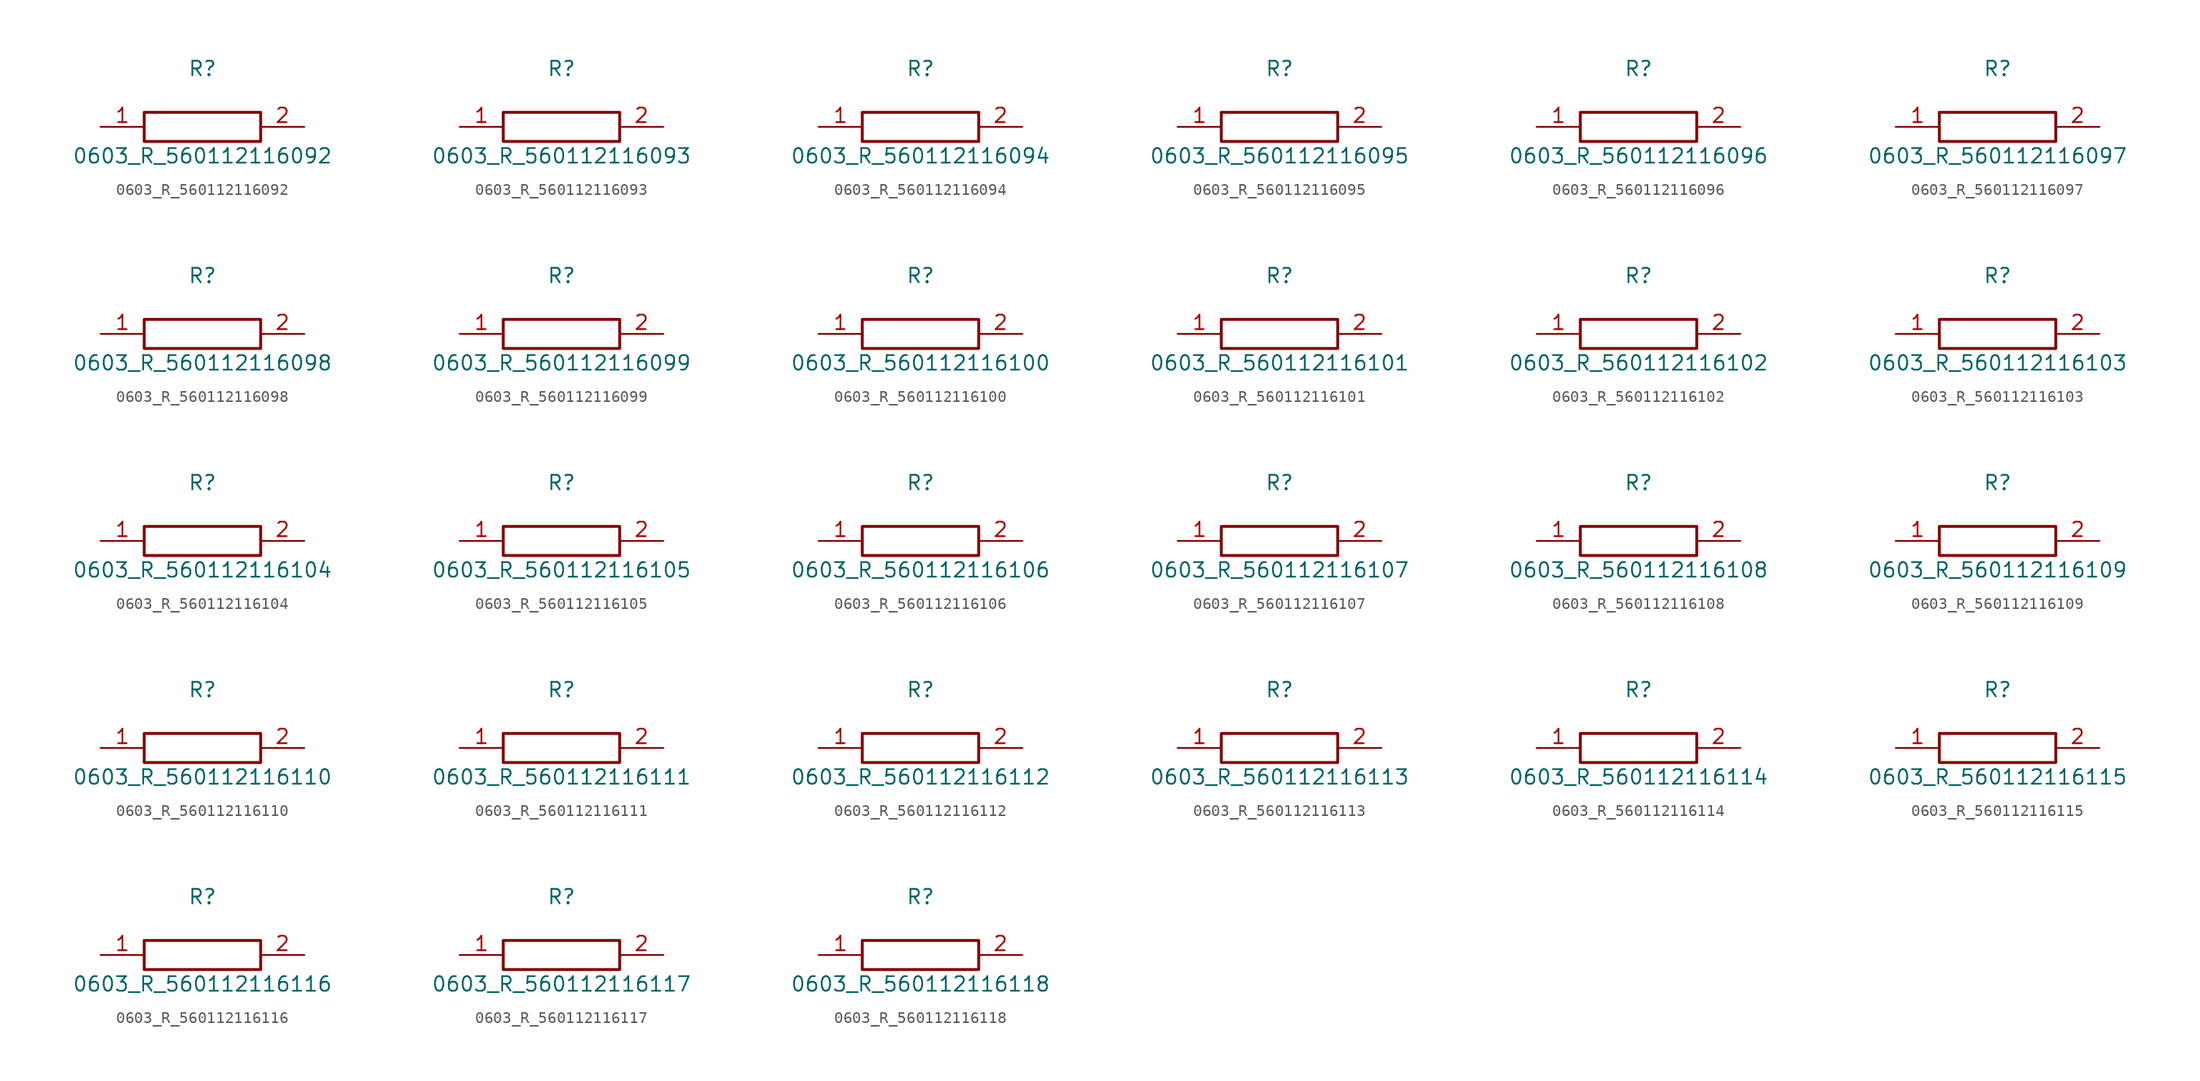
<source format=kicad_sym>
(kicad_symbol_lib
  (version 20211014)
  (generator kicad_symbol_editor)
  (symbol "Resistor_Wurth_WRIS-RSKS:0603_R_560112116092"
    (pin_names hide)
    (property "Reference" "R"
      (at 0 5.08 0)
      (effects (font (size 1.27 1.27))))
    (property "Value" "0603_R_560112116092"
      (at 0 -2.54 0)
      (effects (font (size 1.27 1.27))))
    (symbol "0603_R_560112116092_0_1"
      (rectangle (start -5.08 1.27) (end 5.08 -1.27) (stroke (width 0.254) (type solid)) (fill (type none)))
      (pin passive line (at -8.89 0 0) (length 3.81) (name "1" (effects (font (size 1.27 1.27)))) (number "1" (effects (font (size 1.27 1.27)))))
      (pin passive line (at 8.89 0 180) (length 3.81) (name "2" (effects (font (size 1.27 1.27)))) (number "2" (effects (font (size 1.27 1.27)))))))
  (symbol "Resistor_Wurth_WRIS-RSKS:0603_R_560112116093"
    (pin_names hide)
    (property "Reference" "R"
      (at 0 5.08 0)
      (effects (font (size 1.27 1.27))))
    (property "Value" "0603_R_560112116093"
      (at 0 -2.54 0)
      (effects (font (size 1.27 1.27))))
    (symbol "0603_R_560112116093_0_1"
      (rectangle (start -5.08 1.27) (end 5.08 -1.27) (stroke (width 0.254) (type solid)) (fill (type none)))
      (pin passive line (at -8.89 0 0) (length 3.81) (name "1" (effects (font (size 1.27 1.27)))) (number "1" (effects (font (size 1.27 1.27)))))
      (pin passive line (at 8.89 0 180) (length 3.81) (name "2" (effects (font (size 1.27 1.27)))) (number "2" (effects (font (size 1.27 1.27)))))))
  (symbol "Resistor_Wurth_WRIS-RSKS:0603_R_560112116094"
    (pin_names hide)
    (property "Reference" "R"
      (at 0 5.08 0)
      (effects (font (size 1.27 1.27))))
    (property "Value" "0603_R_560112116094"
      (at 0 -2.54 0)
      (effects (font (size 1.27 1.27))))
    (symbol "0603_R_560112116094_0_1"
      (rectangle (start -5.08 1.27) (end 5.08 -1.27) (stroke (width 0.254) (type solid)) (fill (type none)))
      (pin passive line (at -8.89 0 0) (length 3.81) (name "1" (effects (font (size 1.27 1.27)))) (number "1" (effects (font (size 1.27 1.27)))))
      (pin passive line (at 8.89 0 180) (length 3.81) (name "2" (effects (font (size 1.27 1.27)))) (number "2" (effects (font (size 1.27 1.27)))))))
  (symbol "Resistor_Wurth_WRIS-RSKS:0603_R_560112116095"
    (pin_names hide)
    (property "Reference" "R"
      (at 0 5.08 0)
      (effects (font (size 1.27 1.27))))
    (property "Value" "0603_R_560112116095"
      (at 0 -2.54 0)
      (effects (font (size 1.27 1.27))))
    (symbol "0603_R_560112116095_0_1"
      (rectangle (start -5.08 1.27) (end 5.08 -1.27) (stroke (width 0.254) (type solid)) (fill (type none)))
      (pin passive line (at -8.89 0 0) (length 3.81) (name "1" (effects (font (size 1.27 1.27)))) (number "1" (effects (font (size 1.27 1.27)))))
      (pin passive line (at 8.89 0 180) (length 3.81) (name "2" (effects (font (size 1.27 1.27)))) (number "2" (effects (font (size 1.27 1.27)))))))
  (symbol "Resistor_Wurth_WRIS-RSKS:0603_R_560112116096"
    (pin_names hide)
    (property "Reference" "R"
      (at 0 5.08 0)
      (effects (font (size 1.27 1.27))))
    (property "Value" "0603_R_560112116096"
      (at 0 -2.54 0)
      (effects (font (size 1.27 1.27))))
    (symbol "0603_R_560112116096_0_1"
      (rectangle (start -5.08 1.27) (end 5.08 -1.27) (stroke (width 0.254) (type solid)) (fill (type none)))
      (pin passive line (at -8.89 0 0) (length 3.81) (name "1" (effects (font (size 1.27 1.27)))) (number "1" (effects (font (size 1.27 1.27)))))
      (pin passive line (at 8.89 0 180) (length 3.81) (name "2" (effects (font (size 1.27 1.27)))) (number "2" (effects (font (size 1.27 1.27)))))))
  (symbol "Resistor_Wurth_WRIS-RSKS:0603_R_560112116097"
    (pin_names hide)
    (property "Reference" "R"
      (at 0 5.08 0)
      (effects (font (size 1.27 1.27))))
    (property "Value" "0603_R_560112116097"
      (at 0 -2.54 0)
      (effects (font (size 1.27 1.27))))
    (symbol "0603_R_560112116097_0_1"
      (rectangle (start -5.08 1.27) (end 5.08 -1.27) (stroke (width 0.254) (type solid)) (fill (type none)))
      (pin passive line (at -8.89 0 0) (length 3.81) (name "1" (effects (font (size 1.27 1.27)))) (number "1" (effects (font (size 1.27 1.27)))))
      (pin passive line (at 8.89 0 180) (length 3.81) (name "2" (effects (font (size 1.27 1.27)))) (number "2" (effects (font (size 1.27 1.27)))))))
  (symbol "Resistor_Wurth_WRIS-RSKS:0603_R_560112116098"
    (pin_names hide)
    (property "Reference" "R"
      (at 0 5.08 0)
      (effects (font (size 1.27 1.27))))
    (property "Value" "0603_R_560112116098"
      (at 0 -2.54 0)
      (effects (font (size 1.27 1.27))))
    (symbol "0603_R_560112116098_0_1"
      (rectangle (start -5.08 1.27) (end 5.08 -1.27) (stroke (width 0.254) (type solid)) (fill (type none)))
      (pin passive line (at -8.89 0 0) (length 3.81) (name "1" (effects (font (size 1.27 1.27)))) (number "1" (effects (font (size 1.27 1.27)))))
      (pin passive line (at 8.89 0 180) (length 3.81) (name "2" (effects (font (size 1.27 1.27)))) (number "2" (effects (font (size 1.27 1.27)))))))
  (symbol "Resistor_Wurth_WRIS-RSKS:0603_R_560112116099"
    (pin_names hide)
    (property "Reference" "R"
      (at 0 5.08 0)
      (effects (font (size 1.27 1.27))))
    (property "Value" "0603_R_560112116099"
      (at 0 -2.54 0)
      (effects (font (size 1.27 1.27))))
    (symbol "0603_R_560112116099_0_1"
      (rectangle (start -5.08 1.27) (end 5.08 -1.27) (stroke (width 0.254) (type solid)) (fill (type none)))
      (pin passive line (at -8.89 0 0) (length 3.81) (name "1" (effects (font (size 1.27 1.27)))) (number "1" (effects (font (size 1.27 1.27)))))
      (pin passive line (at 8.89 0 180) (length 3.81) (name "2" (effects (font (size 1.27 1.27)))) (number "2" (effects (font (size 1.27 1.27)))))))
  (symbol "Resistor_Wurth_WRIS-RSKS:0603_R_560112116100"
    (pin_names hide)
    (property "Reference" "R"
      (at 0 5.08 0)
      (effects (font (size 1.27 1.27))))
    (property "Value" "0603_R_560112116100"
      (at 0 -2.54 0)
      (effects (font (size 1.27 1.27))))
    (symbol "0603_R_560112116100_0_1"
      (rectangle (start -5.08 1.27) (end 5.08 -1.27) (stroke (width 0.254) (type solid)) (fill (type none)))
      (pin passive line (at -8.89 0 0) (length 3.81) (name "1" (effects (font (size 1.27 1.27)))) (number "1" (effects (font (size 1.27 1.27)))))
      (pin passive line (at 8.89 0 180) (length 3.81) (name "2" (effects (font (size 1.27 1.27)))) (number "2" (effects (font (size 1.27 1.27)))))))
  (symbol "Resistor_Wurth_WRIS-RSKS:0603_R_560112116101"
    (pin_names hide)
    (property "Reference" "R"
      (at 0 5.08 0)
      (effects (font (size 1.27 1.27))))
    (property "Value" "0603_R_560112116101"
      (at 0 -2.54 0)
      (effects (font (size 1.27 1.27))))
    (symbol "0603_R_560112116101_0_1"
      (rectangle (start -5.08 1.27) (end 5.08 -1.27) (stroke (width 0.254) (type solid)) (fill (type none)))
      (pin passive line (at -8.89 0 0) (length 3.81) (name "1" (effects (font (size 1.27 1.27)))) (number "1" (effects (font (size 1.27 1.27)))))
      (pin passive line (at 8.89 0 180) (length 3.81) (name "2" (effects (font (size 1.27 1.27)))) (number "2" (effects (font (size 1.27 1.27)))))))
  (symbol "Resistor_Wurth_WRIS-RSKS:0603_R_560112116102"
    (pin_names hide)
    (property "Reference" "R"
      (at 0 5.08 0)
      (effects (font (size 1.27 1.27))))
    (property "Value" "0603_R_560112116102"
      (at 0 -2.54 0)
      (effects (font (size 1.27 1.27))))
    (symbol "0603_R_560112116102_0_1"
      (rectangle (start -5.08 1.27) (end 5.08 -1.27) (stroke (width 0.254) (type solid)) (fill (type none)))
      (pin passive line (at -8.89 0 0) (length 3.81) (name "1" (effects (font (size 1.27 1.27)))) (number "1" (effects (font (size 1.27 1.27)))))
      (pin passive line (at 8.89 0 180) (length 3.81) (name "2" (effects (font (size 1.27 1.27)))) (number "2" (effects (font (size 1.27 1.27)))))))
  (symbol "Resistor_Wurth_WRIS-RSKS:0603_R_560112116103"
    (pin_names hide)
    (property "Reference" "R"
      (at 0 5.08 0)
      (effects (font (size 1.27 1.27))))
    (property "Value" "0603_R_560112116103"
      (at 0 -2.54 0)
      (effects (font (size 1.27 1.27))))
    (symbol "0603_R_560112116103_0_1"
      (rectangle (start -5.08 1.27) (end 5.08 -1.27) (stroke (width 0.254) (type solid)) (fill (type none)))
      (pin passive line (at -8.89 0 0) (length 3.81) (name "1" (effects (font (size 1.27 1.27)))) (number "1" (effects (font (size 1.27 1.27)))))
      (pin passive line (at 8.89 0 180) (length 3.81) (name "2" (effects (font (size 1.27 1.27)))) (number "2" (effects (font (size 1.27 1.27)))))))
  (symbol "Resistor_Wurth_WRIS-RSKS:0603_R_560112116104"
    (pin_names hide)
    (property "Reference" "R"
      (at 0 5.08 0)
      (effects (font (size 1.27 1.27))))
    (property "Value" "0603_R_560112116104"
      (at 0 -2.54 0)
      (effects (font (size 1.27 1.27))))
    (symbol "0603_R_560112116104_0_1"
      (rectangle (start -5.08 1.27) (end 5.08 -1.27) (stroke (width 0.254) (type solid)) (fill (type none)))
      (pin passive line (at -8.89 0 0) (length 3.81) (name "1" (effects (font (size 1.27 1.27)))) (number "1" (effects (font (size 1.27 1.27)))))
      (pin passive line (at 8.89 0 180) (length 3.81) (name "2" (effects (font (size 1.27 1.27)))) (number "2" (effects (font (size 1.27 1.27)))))))
  (symbol "Resistor_Wurth_WRIS-RSKS:0603_R_560112116105"
    (pin_names hide)
    (property "Reference" "R"
      (at 0 5.08 0)
      (effects (font (size 1.27 1.27))))
    (property "Value" "0603_R_560112116105"
      (at 0 -2.54 0)
      (effects (font (size 1.27 1.27))))
    (symbol "0603_R_560112116105_0_1"
      (rectangle (start -5.08 1.27) (end 5.08 -1.27) (stroke (width 0.254) (type solid)) (fill (type none)))
      (pin passive line (at -8.89 0 0) (length 3.81) (name "1" (effects (font (size 1.27 1.27)))) (number "1" (effects (font (size 1.27 1.27)))))
      (pin passive line (at 8.89 0 180) (length 3.81) (name "2" (effects (font (size 1.27 1.27)))) (number "2" (effects (font (size 1.27 1.27)))))))
  (symbol "Resistor_Wurth_WRIS-RSKS:0603_R_560112116106"
    (pin_names hide)
    (property "Reference" "R"
      (at 0 5.08 0)
      (effects (font (size 1.27 1.27))))
    (property "Value" "0603_R_560112116106"
      (at 0 -2.54 0)
      (effects (font (size 1.27 1.27))))
    (symbol "0603_R_560112116106_0_1"
      (rectangle (start -5.08 1.27) (end 5.08 -1.27) (stroke (width 0.254) (type solid)) (fill (type none)))
      (pin passive line (at -8.89 0 0) (length 3.81) (name "1" (effects (font (size 1.27 1.27)))) (number "1" (effects (font (size 1.27 1.27)))))
      (pin passive line (at 8.89 0 180) (length 3.81) (name "2" (effects (font (size 1.27 1.27)))) (number "2" (effects (font (size 1.27 1.27)))))))
  (symbol "Resistor_Wurth_WRIS-RSKS:0603_R_560112116107"
    (pin_names hide)
    (property "Reference" "R"
      (at 0 5.08 0)
      (effects (font (size 1.27 1.27))))
    (property "Value" "0603_R_560112116107"
      (at 0 -2.54 0)
      (effects (font (size 1.27 1.27))))
    (symbol "0603_R_560112116107_0_1"
      (rectangle (start -5.08 1.27) (end 5.08 -1.27) (stroke (width 0.254) (type solid)) (fill (type none)))
      (pin passive line (at -8.89 0 0) (length 3.81) (name "1" (effects (font (size 1.27 1.27)))) (number "1" (effects (font (size 1.27 1.27)))))
      (pin passive line (at 8.89 0 180) (length 3.81) (name "2" (effects (font (size 1.27 1.27)))) (number "2" (effects (font (size 1.27 1.27)))))))
  (symbol "Resistor_Wurth_WRIS-RSKS:0603_R_560112116108"
    (pin_names hide)
    (property "Reference" "R"
      (at 0 5.08 0)
      (effects (font (size 1.27 1.27))))
    (property "Value" "0603_R_560112116108"
      (at 0 -2.54 0)
      (effects (font (size 1.27 1.27))))
    (symbol "0603_R_560112116108_0_1"
      (rectangle (start -5.08 1.27) (end 5.08 -1.27) (stroke (width 0.254) (type solid)) (fill (type none)))
      (pin passive line (at -8.89 0 0) (length 3.81) (name "1" (effects (font (size 1.27 1.27)))) (number "1" (effects (font (size 1.27 1.27)))))
      (pin passive line (at 8.89 0 180) (length 3.81) (name "2" (effects (font (size 1.27 1.27)))) (number "2" (effects (font (size 1.27 1.27)))))))
  (symbol "Resistor_Wurth_WRIS-RSKS:0603_R_560112116109"
    (pin_names hide)
    (property "Reference" "R"
      (at 0 5.08 0)
      (effects (font (size 1.27 1.27))))
    (property "Value" "0603_R_560112116109"
      (at 0 -2.54 0)
      (effects (font (size 1.27 1.27))))
    (symbol "0603_R_560112116109_0_1"
      (rectangle (start -5.08 1.27) (end 5.08 -1.27) (stroke (width 0.254) (type solid)) (fill (type none)))
      (pin passive line (at -8.89 0 0) (length 3.81) (name "1" (effects (font (size 1.27 1.27)))) (number "1" (effects (font (size 1.27 1.27)))))
      (pin passive line (at 8.89 0 180) (length 3.81) (name "2" (effects (font (size 1.27 1.27)))) (number "2" (effects (font (size 1.27 1.27)))))))
  (symbol "Resistor_Wurth_WRIS-RSKS:0603_R_560112116110"
    (pin_names hide)
    (property "Reference" "R"
      (at 0 5.08 0)
      (effects (font (size 1.27 1.27))))
    (property "Value" "0603_R_560112116110"
      (at 0 -2.54 0)
      (effects (font (size 1.27 1.27))))
    (symbol "0603_R_560112116110_0_1"
      (rectangle (start -5.08 1.27) (end 5.08 -1.27) (stroke (width 0.254) (type solid)) (fill (type none)))
      (pin passive line (at -8.89 0 0) (length 3.81) (name "1" (effects (font (size 1.27 1.27)))) (number "1" (effects (font (size 1.27 1.27)))))
      (pin passive line (at 8.89 0 180) (length 3.81) (name "2" (effects (font (size 1.27 1.27)))) (number "2" (effects (font (size 1.27 1.27)))))))
  (symbol "Resistor_Wurth_WRIS-RSKS:0603_R_560112116111"
    (pin_names hide)
    (property "Reference" "R"
      (at 0 5.08 0)
      (effects (font (size 1.27 1.27))))
    (property "Value" "0603_R_560112116111"
      (at 0 -2.54 0)
      (effects (font (size 1.27 1.27))))
    (symbol "0603_R_560112116111_0_1"
      (rectangle (start -5.08 1.27) (end 5.08 -1.27) (stroke (width 0.254) (type solid)) (fill (type none)))
      (pin passive line (at -8.89 0 0) (length 3.81) (name "1" (effects (font (size 1.27 1.27)))) (number "1" (effects (font (size 1.27 1.27)))))
      (pin passive line (at 8.89 0 180) (length 3.81) (name "2" (effects (font (size 1.27 1.27)))) (number "2" (effects (font (size 1.27 1.27)))))))
  (symbol "Resistor_Wurth_WRIS-RSKS:0603_R_560112116112"
    (pin_names hide)
    (property "Reference" "R"
      (at 0 5.08 0)
      (effects (font (size 1.27 1.27))))
    (property "Value" "0603_R_560112116112"
      (at 0 -2.54 0)
      (effects (font (size 1.27 1.27))))
    (symbol "0603_R_560112116112_0_1"
      (rectangle (start -5.08 1.27) (end 5.08 -1.27) (stroke (width 0.254) (type solid)) (fill (type none)))
      (pin passive line (at -8.89 0 0) (length 3.81) (name "1" (effects (font (size 1.27 1.27)))) (number "1" (effects (font (size 1.27 1.27)))))
      (pin passive line (at 8.89 0 180) (length 3.81) (name "2" (effects (font (size 1.27 1.27)))) (number "2" (effects (font (size 1.27 1.27)))))))
  (symbol "Resistor_Wurth_WRIS-RSKS:0603_R_560112116113"
    (pin_names hide)
    (property "Reference" "R"
      (at 0 5.08 0)
      (effects (font (size 1.27 1.27))))
    (property "Value" "0603_R_560112116113"
      (at 0 -2.54 0)
      (effects (font (size 1.27 1.27))))
    (symbol "0603_R_560112116113_0_1"
      (rectangle (start -5.08 1.27) (end 5.08 -1.27) (stroke (width 0.254) (type solid)) (fill (type none)))
      (pin passive line (at -8.89 0 0) (length 3.81) (name "1" (effects (font (size 1.27 1.27)))) (number "1" (effects (font (size 1.27 1.27)))))
      (pin passive line (at 8.89 0 180) (length 3.81) (name "2" (effects (font (size 1.27 1.27)))) (number "2" (effects (font (size 1.27 1.27)))))))
  (symbol "Resistor_Wurth_WRIS-RSKS:0603_R_560112116114"
    (pin_names hide)
    (property "Reference" "R"
      (at 0 5.08 0)
      (effects (font (size 1.27 1.27))))
    (property "Value" "0603_R_560112116114"
      (at 0 -2.54 0)
      (effects (font (size 1.27 1.27))))
    (symbol "0603_R_560112116114_0_1"
      (rectangle (start -5.08 1.27) (end 5.08 -1.27) (stroke (width 0.254) (type solid)) (fill (type none)))
      (pin passive line (at -8.89 0 0) (length 3.81) (name "1" (effects (font (size 1.27 1.27)))) (number "1" (effects (font (size 1.27 1.27)))))
      (pin passive line (at 8.89 0 180) (length 3.81) (name "2" (effects (font (size 1.27 1.27)))) (number "2" (effects (font (size 1.27 1.27)))))))
  (symbol "Resistor_Wurth_WRIS-RSKS:0603_R_560112116115"
    (pin_names hide)
    (property "Reference" "R"
      (at 0 5.08 0)
      (effects (font (size 1.27 1.27))))
    (property "Value" "0603_R_560112116115"
      (at 0 -2.54 0)
      (effects (font (size 1.27 1.27))))
    (symbol "0603_R_560112116115_0_1"
      (rectangle (start -5.08 1.27) (end 5.08 -1.27) (stroke (width 0.254) (type solid)) (fill (type none)))
      (pin passive line (at -8.89 0 0) (length 3.81) (name "1" (effects (font (size 1.27 1.27)))) (number "1" (effects (font (size 1.27 1.27)))))
      (pin passive line (at 8.89 0 180) (length 3.81) (name "2" (effects (font (size 1.27 1.27)))) (number "2" (effects (font (size 1.27 1.27)))))))
  (symbol "Resistor_Wurth_WRIS-RSKS:0603_R_560112116116"
    (pin_names hide)
    (property "Reference" "R"
      (at 0 5.08 0)
      (effects (font (size 1.27 1.27))))
    (property "Value" "0603_R_560112116116"
      (at 0 -2.54 0)
      (effects (font (size 1.27 1.27))))
    (symbol "0603_R_560112116116_0_1"
      (rectangle (start -5.08 1.27) (end 5.08 -1.27) (stroke (width 0.254) (type solid)) (fill (type none)))
      (pin passive line (at -8.89 0 0) (length 3.81) (name "1" (effects (font (size 1.27 1.27)))) (number "1" (effects (font (size 1.27 1.27)))))
      (pin passive line (at 8.89 0 180) (length 3.81) (name "2" (effects (font (size 1.27 1.27)))) (number "2" (effects (font (size 1.27 1.27)))))))
  (symbol "Resistor_Wurth_WRIS-RSKS:0603_R_560112116117"
    (pin_names hide)
    (property "Reference" "R"
      (at 0 5.08 0)
      (effects (font (size 1.27 1.27))))
    (property "Value" "0603_R_560112116117"
      (at 0 -2.54 0)
      (effects (font (size 1.27 1.27))))
    (symbol "0603_R_560112116117_0_1"
      (rectangle (start -5.08 1.27) (end 5.08 -1.27) (stroke (width 0.254) (type solid)) (fill (type none)))
      (pin passive line (at -8.89 0 0) (length 3.81) (name "1" (effects (font (size 1.27 1.27)))) (number "1" (effects (font (size 1.27 1.27)))))
      (pin passive line (at 8.89 0 180) (length 3.81) (name "2" (effects (font (size 1.27 1.27)))) (number "2" (effects (font (size 1.27 1.27)))))))
  (symbol "Resistor_Wurth_WRIS-RSKS:0603_R_560112116118"
    (pin_names hide)
    (property "Reference" "R"
      (at 0 5.08 0)
      (effects (font (size 1.27 1.27))))
    (property "Value" "0603_R_560112116118"
      (at 0 -2.54 0)
      (effects (font (size 1.27 1.27))))
    (symbol "0603_R_560112116118_0_1"
      (rectangle (start -5.08 1.27) (end 5.08 -1.27) (stroke (width 0.254) (type solid)) (fill (type none)))
      (pin passive line (at -8.89 0 0) (length 3.81) (name "1" (effects (font (size 1.27 1.27)))) (number "1" (effects (font (size 1.27 1.27)))))
      (pin passive line (at 8.89 0 180) (length 3.81) (name "2" (effects (font (size 1.27 1.27)))) (number "2" (effects (font (size 1.27 1.27))))))))
</source>
